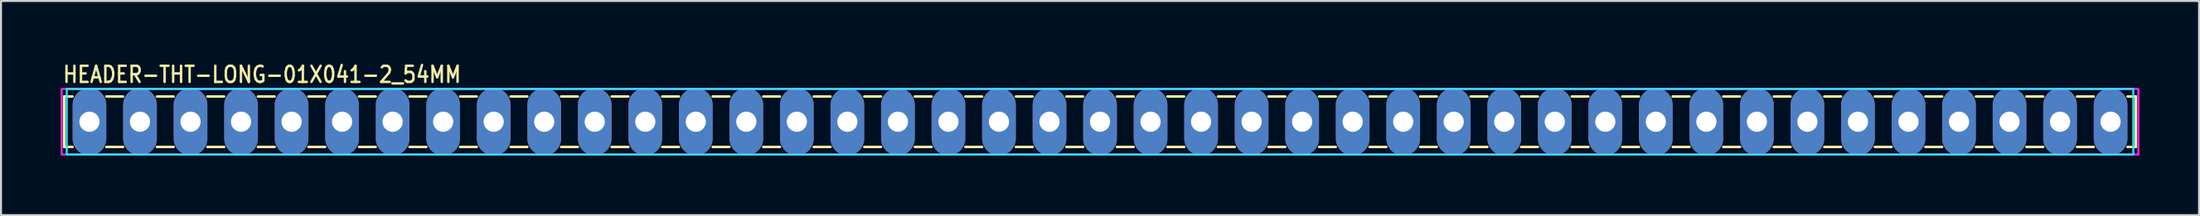
<source format=kicad_pcb>
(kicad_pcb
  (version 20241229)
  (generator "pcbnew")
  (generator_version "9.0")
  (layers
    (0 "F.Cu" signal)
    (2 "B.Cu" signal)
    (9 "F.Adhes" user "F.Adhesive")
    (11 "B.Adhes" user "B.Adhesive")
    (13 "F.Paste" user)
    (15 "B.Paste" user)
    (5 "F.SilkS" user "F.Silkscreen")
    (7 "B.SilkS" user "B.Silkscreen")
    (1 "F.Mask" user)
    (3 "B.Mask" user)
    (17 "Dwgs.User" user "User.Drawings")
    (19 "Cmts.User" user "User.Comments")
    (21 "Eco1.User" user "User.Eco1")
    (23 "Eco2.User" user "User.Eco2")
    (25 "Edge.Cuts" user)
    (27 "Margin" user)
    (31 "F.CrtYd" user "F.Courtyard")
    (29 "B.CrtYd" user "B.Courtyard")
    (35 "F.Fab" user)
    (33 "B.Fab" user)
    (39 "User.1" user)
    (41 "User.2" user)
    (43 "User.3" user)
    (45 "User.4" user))
  (footprint "HEADER-THT-LONG-01X041-2_54MM"
    (layer "F.Cu")
    (at 1.447 3.079)
    (property "Reference" "HEADER-THT-LONG-01X041-2_54MM" (at -1.4 -1.9 0) (unlocked yes) (layer "F.SilkS") (effects (font (size 0.813 0.695) (thickness 0.122)) (justify left bottom)))
    (fp_line (start -1.27 -1.27) (end -1.27 1.27) (stroke (width 0.127) (type solid)) (layer "F.SilkS"))
    (fp_line (start -1.27 1.27) (end -0.85 1.27) (stroke (width 0.127) (type solid)) (layer "F.SilkS"))
    (fp_line (start -0.85 -1.27) (end -1.27 -1.27) (stroke (width 0.127) (type solid)) (layer "F.SilkS"))
    (fp_line (start 0.85 -1.27) (end 1.69 -1.27) (stroke (width 0.127) (type solid)) (layer "F.SilkS"))
    (fp_line (start 0.85 1.27) (end 1.69 1.27) (stroke (width 0.127) (type solid)) (layer "F.SilkS"))
    (fp_line (start 3.39 -1.27) (end 4.23 -1.27) (stroke (width 0.127) (type solid)) (layer "F.SilkS"))
    (fp_line (start 3.39 1.27) (end 4.23 1.27) (stroke (width 0.127) (type solid)) (layer "F.SilkS"))
    (fp_line (start 5.93 -1.27) (end 6.77 -1.27) (stroke (width 0.127) (type solid)) (layer "F.SilkS"))
    (fp_line (start 5.93 1.27) (end 6.77 1.27) (stroke (width 0.127) (type solid)) (layer "F.SilkS"))
    (fp_line (start 8.47 -1.27) (end 9.31 -1.27) (stroke (width 0.127) (type solid)) (layer "F.SilkS"))
    (fp_line (start 8.47 1.27) (end 9.31 1.27) (stroke (width 0.127) (type solid)) (layer "F.SilkS"))
    (fp_line (start 11.01 -1.27) (end 11.85 -1.27) (stroke (width 0.127) (type solid)) (layer "F.SilkS"))
    (fp_line (start 11.01 1.27) (end 11.85 1.27) (stroke (width 0.127) (type solid)) (layer "F.SilkS"))
    (fp_line (start 13.55 -1.27) (end 14.39 -1.27) (stroke (width 0.127) (type solid)) (layer "F.SilkS"))
    (fp_line (start 13.55 1.27) (end 14.39 1.27) (stroke (width 0.127) (type solid)) (layer "F.SilkS"))
    (fp_line (start 16.09 -1.27) (end 16.93 -1.27) (stroke (width 0.127) (type solid)) (layer "F.SilkS"))
    (fp_line (start 16.09 1.27) (end 16.93 1.27) (stroke (width 0.127) (type solid)) (layer "F.SilkS"))
    (fp_line (start 18.63 -1.27) (end 19.47 -1.27) (stroke (width 0.127) (type solid)) (layer "F.SilkS"))
    (fp_line (start 18.63 1.27) (end 19.47 1.27) (stroke (width 0.127) (type solid)) (layer "F.SilkS"))
    (fp_line (start 21.17 -1.27) (end 22.01 -1.27) (stroke (width 0.127) (type solid)) (layer "F.SilkS"))
    (fp_line (start 21.17 1.27) (end 22.01 1.27) (stroke (width 0.127) (type solid)) (layer "F.SilkS"))
    (fp_line (start 23.71 -1.27) (end 24.55 -1.27) (stroke (width 0.127) (type solid)) (layer "F.SilkS"))
    (fp_line (start 23.71 1.27) (end 24.55 1.27) (stroke (width 0.127) (type solid)) (layer "F.SilkS"))
    (fp_line (start 26.25 -1.27) (end 27.09 -1.27) (stroke (width 0.127) (type solid)) (layer "F.SilkS"))
    (fp_line (start 26.25 1.27) (end 27.09 1.27) (stroke (width 0.127) (type solid)) (layer "F.SilkS"))
    (fp_line (start 28.79 -1.27) (end 29.63 -1.27) (stroke (width 0.127) (type solid)) (layer "F.SilkS"))
    (fp_line (start 28.79 1.27) (end 29.63 1.27) (stroke (width 0.127) (type solid)) (layer "F.SilkS"))
    (fp_line (start 31.33 -1.27) (end 32.17 -1.27) (stroke (width 0.127) (type solid)) (layer "F.SilkS"))
    (fp_line (start 31.33 1.27) (end 32.17 1.27) (stroke (width 0.127) (type solid)) (layer "F.SilkS"))
    (fp_line (start 33.87 -1.27) (end 34.71 -1.27) (stroke (width 0.127) (type solid)) (layer "F.SilkS"))
    (fp_line (start 33.87 1.27) (end 34.71 1.27) (stroke (width 0.127) (type solid)) (layer "F.SilkS"))
    (fp_line (start 36.41 -1.27) (end 37.25 -1.27) (stroke (width 0.127) (type solid)) (layer "F.SilkS"))
    (fp_line (start 36.41 1.27) (end 37.25 1.27) (stroke (width 0.127) (type solid)) (layer "F.SilkS"))
    (fp_line (start 38.95 -1.27) (end 39.79 -1.27) (stroke (width 0.127) (type solid)) (layer "F.SilkS"))
    (fp_line (start 38.95 1.27) (end 39.79 1.27) (stroke (width 0.127) (type solid)) (layer "F.SilkS"))
    (fp_line (start 41.49 -1.27) (end 42.33 -1.27) (stroke (width 0.127) (type solid)) (layer "F.SilkS"))
    (fp_line (start 41.49 1.27) (end 42.33 1.27) (stroke (width 0.127) (type solid)) (layer "F.SilkS"))
    (fp_line (start 44.03 -1.27) (end 44.87 -1.27) (stroke (width 0.127) (type solid)) (layer "F.SilkS"))
    (fp_line (start 44.03 1.27) (end 44.87 1.27) (stroke (width 0.127) (type solid)) (layer "F.SilkS"))
    (fp_line (start 46.57 -1.27) (end 47.41 -1.27) (stroke (width 0.127) (type solid)) (layer "F.SilkS"))
    (fp_line (start 46.57 1.27) (end 47.41 1.27) (stroke (width 0.127) (type solid)) (layer "F.SilkS"))
    (fp_line (start 49.11 -1.27) (end 49.95 -1.27) (stroke (width 0.127) (type solid)) (layer "F.SilkS"))
    (fp_line (start 49.11 1.27) (end 49.95 1.27) (stroke (width 0.127) (type solid)) (layer "F.SilkS"))
    (fp_line (start 51.65 -1.27) (end 52.49 -1.27) (stroke (width 0.127) (type solid)) (layer "F.SilkS"))
    (fp_line (start 51.65 1.27) (end 52.49 1.27) (stroke (width 0.127) (type solid)) (layer "F.SilkS"))
    (fp_line (start 54.19 -1.27) (end 55.03 -1.27) (stroke (width 0.127) (type solid)) (layer "F.SilkS"))
    (fp_line (start 54.19 1.27) (end 55.03 1.27) (stroke (width 0.127) (type solid)) (layer "F.SilkS"))
    (fp_line (start 56.73 -1.27) (end 57.57 -1.27) (stroke (width 0.127) (type solid)) (layer "F.SilkS"))
    (fp_line (start 56.73 1.27) (end 57.57 1.27) (stroke (width 0.127) (type solid)) (layer "F.SilkS"))
    (fp_line (start 59.27 -1.27) (end 60.11 -1.27) (stroke (width 0.127) (type solid)) (layer "F.SilkS"))
    (fp_line (start 59.27 1.27) (end 60.11 1.27) (stroke (width 0.127) (type solid)) (layer "F.SilkS"))
    (fp_line (start 61.81 -1.27) (end 62.65 -1.27) (stroke (width 0.127) (type solid)) (layer "F.SilkS"))
    (fp_line (start 61.81 1.27) (end 62.65 1.27) (stroke (width 0.127) (type solid)) (layer "F.SilkS"))
    (fp_line (start 64.35 -1.27) (end 65.19 -1.27) (stroke (width 0.127) (type solid)) (layer "F.SilkS"))
    (fp_line (start 64.35 1.27) (end 65.19 1.27) (stroke (width 0.127) (type solid)) (layer "F.SilkS"))
    (fp_line (start 66.89 -1.27) (end 67.73 -1.27) (stroke (width 0.127) (type solid)) (layer "F.SilkS"))
    (fp_line (start 66.89 1.27) (end 67.73 1.27) (stroke (width 0.127) (type solid)) (layer "F.SilkS"))
    (fp_line (start 69.43 -1.27) (end 70.27 -1.27) (stroke (width 0.127) (type solid)) (layer "F.SilkS"))
    (fp_line (start 69.43 1.27) (end 70.27 1.27) (stroke (width 0.127) (type solid)) (layer "F.SilkS"))
    (fp_line (start 71.97 -1.27) (end 72.81 -1.27) (stroke (width 0.127) (type solid)) (layer "F.SilkS"))
    (fp_line (start 71.97 1.27) (end 72.81 1.27) (stroke (width 0.127) (type solid)) (layer "F.SilkS"))
    (fp_line (start 74.51 -1.27) (end 75.35 -1.27) (stroke (width 0.127) (type solid)) (layer "F.SilkS"))
    (fp_line (start 74.51 1.27) (end 75.35 1.27) (stroke (width 0.127) (type solid)) (layer "F.SilkS"))
    (fp_line (start 77.05 -1.27) (end 77.89 -1.27) (stroke (width 0.127) (type solid)) (layer "F.SilkS"))
    (fp_line (start 77.05 1.27) (end 77.89 1.27) (stroke (width 0.127) (type solid)) (layer "F.SilkS"))
    (fp_line (start 79.59 -1.27) (end 80.43 -1.27) (stroke (width 0.127) (type solid)) (layer "F.SilkS"))
    (fp_line (start 79.59 1.27) (end 80.43 1.27) (stroke (width 0.127) (type solid)) (layer "F.SilkS"))
    (fp_line (start 82.13 -1.27) (end 82.97 -1.27) (stroke (width 0.127) (type solid)) (layer "F.SilkS"))
    (fp_line (start 82.13 1.27) (end 82.97 1.27) (stroke (width 0.127) (type solid)) (layer "F.SilkS"))
    (fp_line (start 84.67 -1.27) (end 85.51 -1.27) (stroke (width 0.127) (type solid)) (layer "F.SilkS"))
    (fp_line (start 84.67 1.27) (end 85.51 1.27) (stroke (width 0.127) (type solid)) (layer "F.SilkS"))
    (fp_line (start 87.21 -1.27) (end 88.05 -1.27) (stroke (width 0.127) (type solid)) (layer "F.SilkS"))
    (fp_line (start 87.21 1.27) (end 88.05 1.27) (stroke (width 0.127) (type solid)) (layer "F.SilkS"))
    (fp_line (start 89.75 -1.27) (end 90.59 -1.27) (stroke (width 0.127) (type solid)) (layer "F.SilkS"))
    (fp_line (start 89.75 1.27) (end 90.59 1.27) (stroke (width 0.127) (type solid)) (layer "F.SilkS"))
    (fp_line (start 92.29 -1.27) (end 93.13 -1.27) (stroke (width 0.127) (type solid)) (layer "F.SilkS"))
    (fp_line (start 92.29 1.27) (end 93.13 1.27) (stroke (width 0.127) (type solid)) (layer "F.SilkS"))
    (fp_line (start 94.83 -1.27) (end 95.67 -1.27) (stroke (width 0.127) (type solid)) (layer "F.SilkS"))
    (fp_line (start 94.83 1.27) (end 95.67 1.27) (stroke (width 0.127) (type solid)) (layer "F.SilkS"))
    (fp_line (start 97.37 -1.27) (end 98.21 -1.27) (stroke (width 0.127) (type solid)) (layer "F.SilkS"))
    (fp_line (start 97.37 1.27) (end 98.21 1.27) (stroke (width 0.127) (type solid)) (layer "F.SilkS"))
    (fp_line (start 99.91 -1.27) (end 100.75 -1.27) (stroke (width 0.127) (type solid)) (layer "F.SilkS"))
    (fp_line (start 99.91 1.27) (end 100.75 1.27) (stroke (width 0.127) (type solid)) (layer "F.SilkS"))
    (fp_line (start 102.45 -1.27) (end 102.87 -1.27) (stroke (width 0.127) (type solid)) (layer "F.SilkS"))
    (fp_line (start 102.87 -1.27) (end 102.87 1.27) (stroke (width 0.127) (type solid)) (layer "F.SilkS"))
    (fp_line (start 102.87 1.27) (end 102.45 1.27) (stroke (width 0.127) (type solid)) (layer "F.SilkS"))
    (fp_poly (pts (xy -1.143 -1.651) (xy 102.743 -1.651) (xy 102.743 1.651) (xy -1.143 1.651)) (stroke (width 0.1) (type solid)) (fill no) (layer "B.CrtYd"))
    (fp_poly (pts (xy -1.397 -1.651) (xy 102.997 -1.651) (xy 102.997 1.651) (xy -1.397 1.651)) (stroke (width 0.1) (type solid)) (fill no) (layer "F.CrtYd"))
    (pad "P$1" thru_hole oval (at 0 0 90) (size 3.387 1.693) (drill 1.016) (layers "*.Cu" "*.Mask"))
    (pad "P$2" thru_hole oval (at 2.54 0 90) (size 3.387 1.693) (drill 1.016) (layers "*.Cu" "*.Mask"))
    (pad "P$3" thru_hole oval (at 5.08 0 90) (size 3.387 1.693) (drill 1.016) (layers "*.Cu" "*.Mask"))
    (pad "P$4" thru_hole oval (at 7.62 0 90) (size 3.387 1.693) (drill 1.016) (layers "*.Cu" "*.Mask"))
    (pad "P$5" thru_hole oval (at 10.16 0 90) (size 3.387 1.693) (drill 1.016) (layers "*.Cu" "*.Mask"))
    (pad "P$6" thru_hole oval (at 12.7 0 90) (size 3.387 1.693) (drill 1.016) (layers "*.Cu" "*.Mask"))
    (pad "P$7" thru_hole oval (at 15.24 0 90) (size 3.387 1.693) (drill 1.016) (layers "*.Cu" "*.Mask"))
    (pad "P$8" thru_hole oval (at 17.78 0 90) (size 3.387 1.693) (drill 1.016) (layers "*.Cu" "*.Mask"))
    (pad "P$9" thru_hole oval (at 20.32 0 90) (size 3.387 1.693) (drill 1.016) (layers "*.Cu" "*.Mask"))
    (pad "P$10" thru_hole oval (at 22.86 0 90) (size 3.387 1.693) (drill 1.016) (layers "*.Cu" "*.Mask"))
    (pad "P$11" thru_hole oval (at 25.4 0 90) (size 3.387 1.693) (drill 1.016) (layers "*.Cu" "*.Mask"))
    (pad "P$12" thru_hole oval (at 27.94 0 90) (size 3.387 1.693) (drill 1.016) (layers "*.Cu" "*.Mask"))
    (pad "P$13" thru_hole oval (at 30.48 0 90) (size 3.387 1.693) (drill 1.016) (layers "*.Cu" "*.Mask"))
    (pad "P$14" thru_hole oval (at 33.02 0 90) (size 3.387 1.693) (drill 1.016) (layers "*.Cu" "*.Mask"))
    (pad "P$15" thru_hole oval (at 35.56 0 90) (size 3.387 1.693) (drill 1.016) (layers "*.Cu" "*.Mask"))
    (pad "P$16" thru_hole oval (at 38.1 0 90) (size 3.387 1.693) (drill 1.016) (layers "*.Cu" "*.Mask"))
    (pad "P$17" thru_hole oval (at 40.64 0 90) (size 3.387 1.693) (drill 1.016) (layers "*.Cu" "*.Mask"))
    (pad "P$18" thru_hole oval (at 43.18 0 90) (size 3.387 1.693) (drill 1.016) (layers "*.Cu" "*.Mask"))
    (pad "P$19" thru_hole oval (at 45.72 0 90) (size 3.387 1.693) (drill 1.016) (layers "*.Cu" "*.Mask"))
    (pad "P$20" thru_hole oval (at 48.26 0 90) (size 3.387 1.693) (drill 1.016) (layers "*.Cu" "*.Mask"))
    (pad "P$21" thru_hole oval (at 50.8 0 90) (size 3.387 1.693) (drill 1.016) (layers "*.Cu" "*.Mask"))
    (pad "P$22" thru_hole oval (at 53.34 0 90) (size 3.387 1.693) (drill 1.016) (layers "*.Cu" "*.Mask"))
    (pad "P$23" thru_hole oval (at 55.88 0 90) (size 3.387 1.693) (drill 1.016) (layers "*.Cu" "*.Mask"))
    (pad "P$24" thru_hole oval (at 58.42 0 90) (size 3.387 1.693) (drill 1.016) (layers "*.Cu" "*.Mask"))
    (pad "P$25" thru_hole oval (at 60.96 0 90) (size 3.387 1.693) (drill 1.016) (layers "*.Cu" "*.Mask"))
    (pad "P$26" thru_hole oval (at 63.5 0 90) (size 3.387 1.693) (drill 1.016) (layers "*.Cu" "*.Mask"))
    (pad "P$27" thru_hole oval (at 66.04 0 90) (size 3.387 1.693) (drill 1.016) (layers "*.Cu" "*.Mask"))
    (pad "P$28" thru_hole oval (at 68.58 0 90) (size 3.387 1.693) (drill 1.016) (layers "*.Cu" "*.Mask"))
    (pad "P$29" thru_hole oval (at 71.12 0 90) (size 3.387 1.693) (drill 1.016) (layers "*.Cu" "*.Mask"))
    (pad "P$30" thru_hole oval (at 73.66 0 90) (size 3.387 1.693) (drill 1.016) (layers "*.Cu" "*.Mask"))
    (pad "P$31" thru_hole oval (at 76.2 0 90) (size 3.387 1.693) (drill 1.016) (layers "*.Cu" "*.Mask"))
    (pad "P$32" thru_hole oval (at 78.74 0 90) (size 3.387 1.693) (drill 1.016) (layers "*.Cu" "*.Mask"))
    (pad "P$33" thru_hole oval (at 81.28 0 90) (size 3.387 1.693) (drill 1.016) (layers "*.Cu" "*.Mask"))
    (pad "P$34" thru_hole oval (at 83.82 0 90) (size 3.387 1.693) (drill 1.016) (layers "*.Cu" "*.Mask"))
    (pad "P$35" thru_hole oval (at 86.36 0 90) (size 3.387 1.693) (drill 1.016) (layers "*.Cu" "*.Mask"))
    (pad "P$36" thru_hole oval (at 88.9 0 90) (size 3.387 1.693) (drill 1.016) (layers "*.Cu" "*.Mask"))
    (pad "P$37" thru_hole oval (at 91.44 0 90) (size 3.387 1.693) (drill 1.016) (layers "*.Cu" "*.Mask"))
    (pad "P$38" thru_hole oval (at 93.98 0 90) (size 3.387 1.693) (drill 1.016) (layers "*.Cu" "*.Mask"))
    (pad "P$39" thru_hole oval (at 96.52 0 90) (size 3.387 1.693) (drill 1.016) (layers "*.Cu" "*.Mask"))
    (pad "P$40" thru_hole oval (at 99.06 0 90) (size 3.387 1.693) (drill 1.016) (layers "*.Cu" "*.Mask"))
    (pad "P$41" thru_hole oval (at 101.6 0 90) (size 3.387 1.693) (drill 1.016) (layers "*.Cu" "*.Mask")))
  (gr_rect
    (start -3 -3)
    (end 107.494 7.78)
    (stroke (width 0.1) (type default))
    (fill no)
    (layer "Edge.Cuts")))
</source>
